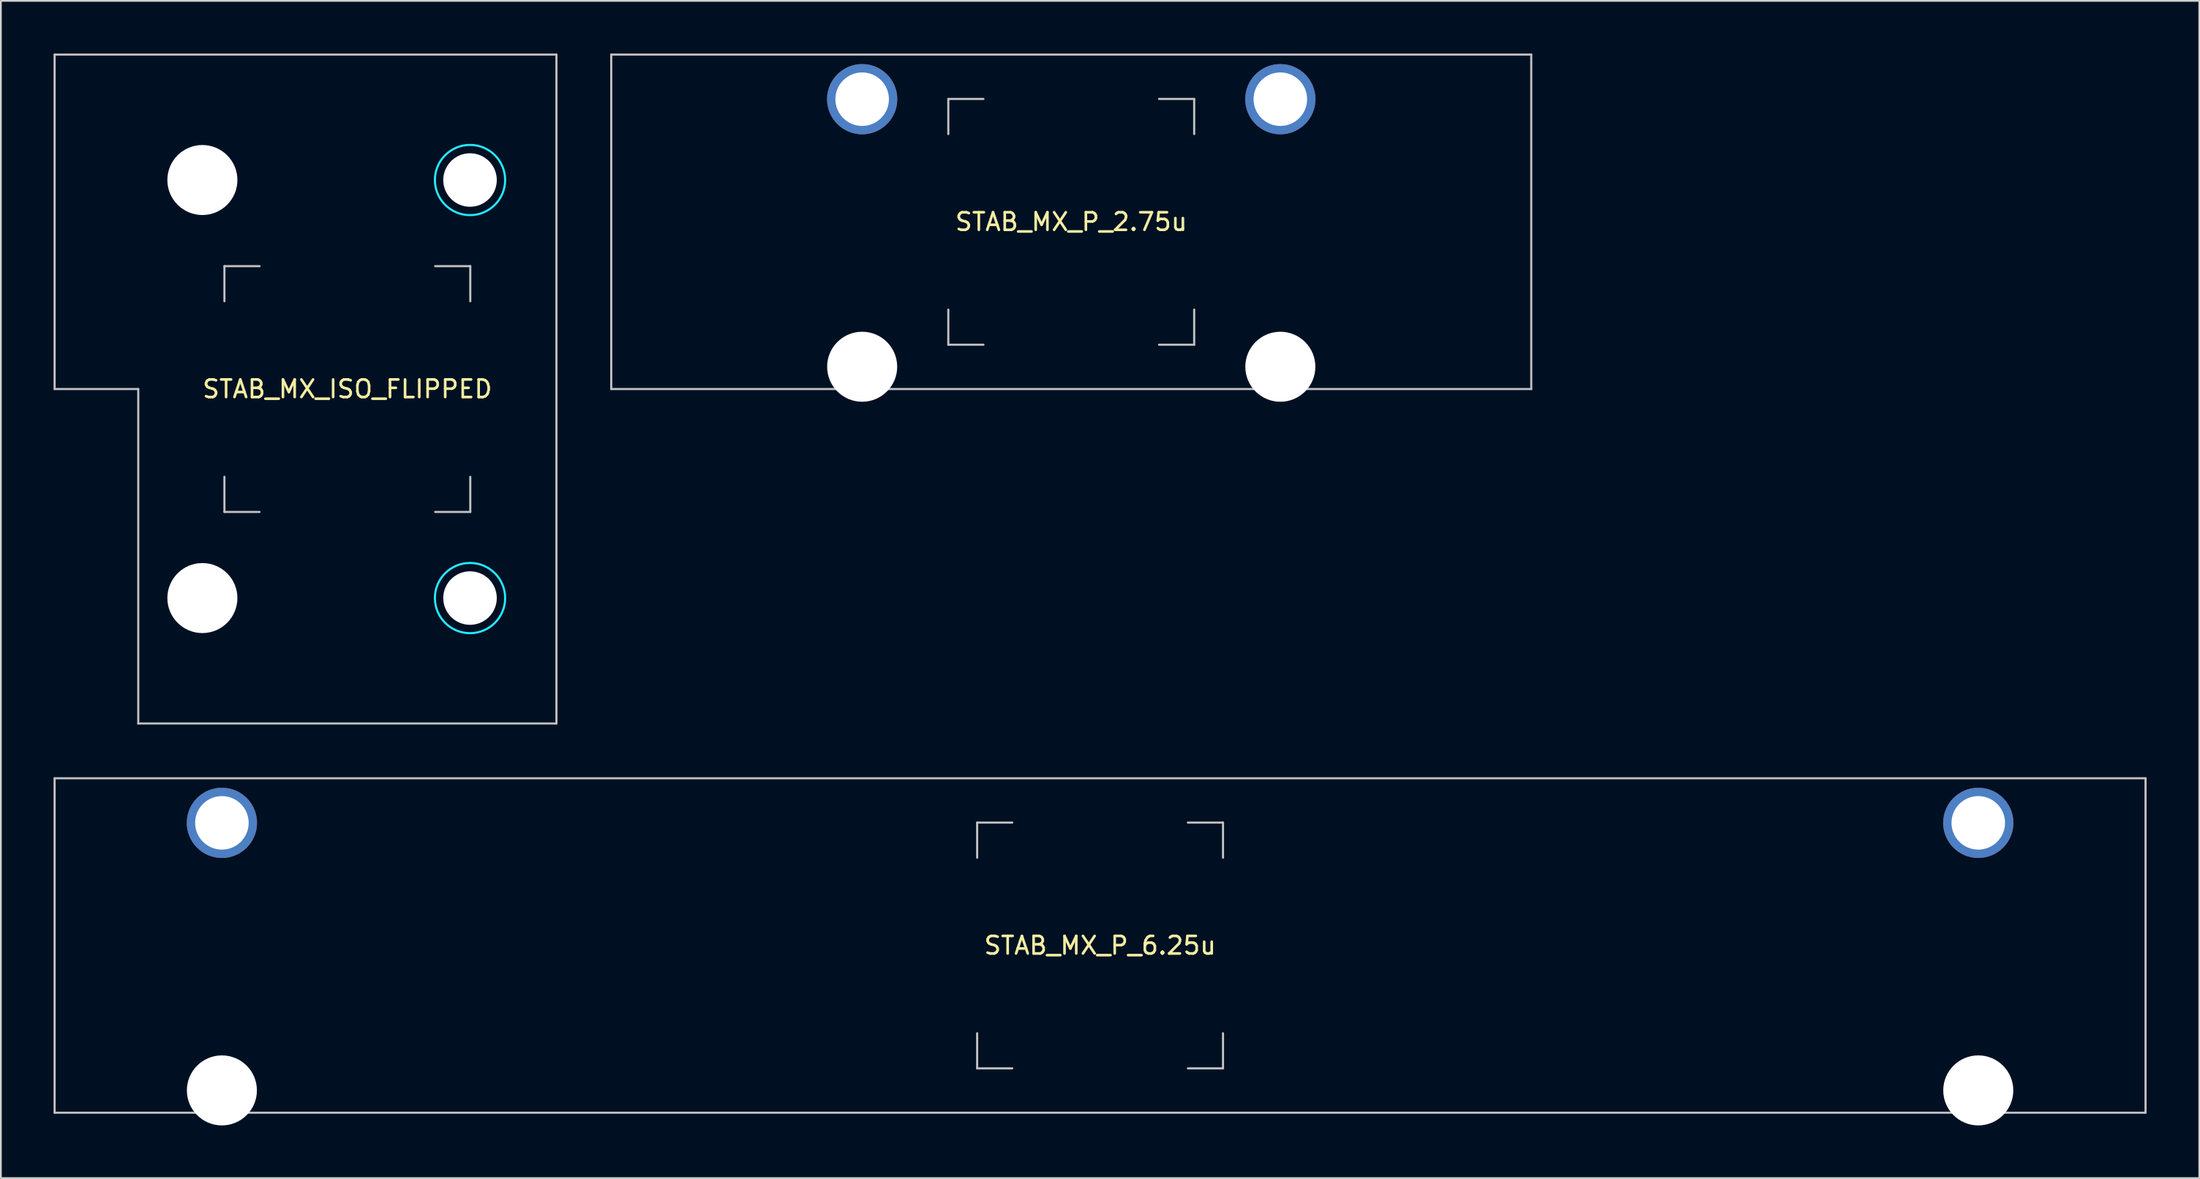
<source format=kicad_pcb>
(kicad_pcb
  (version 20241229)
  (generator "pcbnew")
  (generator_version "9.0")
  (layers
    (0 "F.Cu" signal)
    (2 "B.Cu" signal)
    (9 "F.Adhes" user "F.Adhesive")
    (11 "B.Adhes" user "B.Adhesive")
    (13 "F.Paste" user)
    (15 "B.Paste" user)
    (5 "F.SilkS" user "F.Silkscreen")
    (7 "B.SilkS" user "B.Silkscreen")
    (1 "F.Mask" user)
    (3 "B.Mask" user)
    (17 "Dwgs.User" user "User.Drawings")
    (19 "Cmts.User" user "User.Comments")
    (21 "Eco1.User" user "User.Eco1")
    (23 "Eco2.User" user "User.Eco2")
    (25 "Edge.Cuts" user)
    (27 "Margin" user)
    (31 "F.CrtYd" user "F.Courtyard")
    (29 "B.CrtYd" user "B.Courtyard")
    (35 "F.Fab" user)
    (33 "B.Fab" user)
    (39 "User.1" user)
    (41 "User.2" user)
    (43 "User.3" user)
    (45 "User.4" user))
  (footprint "STAB_MX_P_6.25u"
    (layer "F.Cu")
    (at 59.591 50.805)
    (property "Reference" "STAB_MX_P_6.25u" (at 0 0 0) (layer "F.SilkS") (effects (font (size 1 1) (thickness 0.15))))
    (attr through_hole exclude_from_pos_files exclude_from_bom)
    (fp_line (start -59.531 -9.525) (end -59.531 9.525) (stroke (width 0.12) (type solid)) (layer "Dwgs.User"))
    (fp_line (start -59.531 -9.525) (end 59.531 -9.525) (stroke (width 0.12) (type solid)) (layer "Dwgs.User"))
    (fp_line (start -59.531 9.525) (end 59.531 9.525) (stroke (width 0.12) (type solid)) (layer "Dwgs.User"))
    (fp_line (start -7 -7) (end -5 -7) (stroke (width 0.12) (type solid)) (layer "Dwgs.User"))
    (fp_line (start -7 -5) (end -7 -7) (stroke (width 0.12) (type solid)) (layer "Dwgs.User"))
    (fp_line (start -7 7) (end -7 5) (stroke (width 0.12) (type solid)) (layer "Dwgs.User"))
    (fp_line (start -5 7) (end -7 7) (stroke (width 0.12) (type solid)) (layer "Dwgs.User"))
    (fp_line (start 5 -7) (end 7 -7) (stroke (width 0.12) (type solid)) (layer "Dwgs.User"))
    (fp_line (start 5 7) (end 7 7) (stroke (width 0.12) (type solid)) (layer "Dwgs.User"))
    (fp_line (start 7 -7) (end 7 -5) (stroke (width 0.12) (type solid)) (layer "Dwgs.User"))
    (fp_line (start 7 7) (end 7 5) (stroke (width 0.12) (type solid)) (layer "Dwgs.User"))
    (fp_line (start 59.531 -9.525) (end 59.531 9.525) (stroke (width 0.12) (type solid)) (layer "Dwgs.User"))
    (fp_line (start -53.381 -5.5) (end -53.381 7.5) (stroke (width 0.05) (type solid)) (layer "Eco2.User"))
    (fp_line (start -52.881 -6) (end -47.131 -6) (stroke (width 0.05) (type solid)) (layer "Eco2.User"))
    (fp_line (start -52.881 8) (end -47.131 8) (stroke (width 0.05) (type solid)) (layer "Eco2.User"))
    (fp_line (start -46.631 -5.5) (end -46.631 7.5) (stroke (width 0.05) (type solid)) (layer "Eco2.User"))
    (fp_line (start 46.631 -5.5) (end 46.631 7.5) (stroke (width 0.05) (type solid)) (layer "Eco2.User"))
    (fp_line (start 47.131 -6) (end 52.88 -6) (stroke (width 0.05) (type solid)) (layer "Eco2.User"))
    (fp_line (start 47.131 8) (end 52.881 8) (stroke (width 0.05) (type solid)) (layer "Eco2.User"))
    (fp_line (start 53.38 -5.5) (end 53.381 7.5) (stroke (width 0.05) (type solid)) (layer "Eco2.User"))
    (fp_arc (start -53.38125 -5.499999) (mid -53.234803 -5.853552) (end -52.88125 -5.999999) (stroke (width 0.05) (type solid)) (layer "Eco2.User"))
    (fp_arc (start -52.88125 8.000001) (mid -53.234803 7.853554) (end -53.38125 7.500001) (stroke (width 0.05) (type solid)) (layer "Eco2.User"))
    (fp_arc (start -47.13125 -5.999999) (mid -46.777697 -5.853552) (end -46.63125 -5.499999) (stroke (width 0.05) (type solid)) (layer "Eco2.User"))
    (fp_arc (start -46.63125 7.500001) (mid -46.777697 7.853554) (end -47.13125 8.000001) (stroke (width 0.05) (type solid)) (layer "Eco2.User"))
    (fp_arc (start 46.63125 -5.499999) (mid 46.777697 -5.853552) (end 47.13125 -5.999999) (stroke (width 0.05) (type solid)) (layer "Eco2.User"))
    (fp_arc (start 47.13125 8.000001) (mid 46.777697 7.853554) (end 46.63125 7.500001) (stroke (width 0.05) (type solid)) (layer "Eco2.User"))
    (fp_arc (start 52.880039 -5.999999) (mid 53.233592 -5.853552) (end 53.380039 -5.499999) (stroke (width 0.05) (type solid)) (layer "Eco2.User"))
    (fp_arc (start 53.38125 7.500001) (mid 53.234803 7.853554) (end 52.88125 8.000001) (stroke (width 0.05) (type solid)) (layer "Eco2.User"))
    (pad "" thru_hole circle (at -50.006 -6.985) (size 4 4) (drill 3.048) (layers "*.Cu" "B.Mask"))
    (pad "" np_thru_hole circle (at -50.006 8.255) (size 3.988 3.988) (drill 3.988) (layers "*.Cu" "*.Mask"))
    (pad "" thru_hole circle (at 50.006 -6.985) (size 4 4) (drill 3.048) (layers "*.Cu" "B.Mask"))
    (pad "" np_thru_hole circle (at 50.006 8.255) (size 3.988 3.988) (drill 3.988) (layers "*.Cu" "*.Mask")))
  (footprint "STAB_MX_P_2.75u"
    (layer "F.Cu")
    (at 57.949 9.585)
    (property "Reference" "STAB_MX_P_2.75u" (at 0 0 0) (layer "F.SilkS") (effects (font (size 1 1) (thickness 0.15))))
    (attr through_hole exclude_from_pos_files exclude_from_bom)
    (fp_line (start -26.194 -9.525) (end -26.194 9.525) (stroke (width 0.12) (type solid)) (layer "Dwgs.User"))
    (fp_line (start -26.194 -9.525) (end 26.194 -9.525) (stroke (width 0.12) (type solid)) (layer "Dwgs.User"))
    (fp_line (start -26.194 9.525) (end 26.194 9.525) (stroke (width 0.12) (type solid)) (layer "Dwgs.User"))
    (fp_line (start -7 -7) (end -5 -7) (stroke (width 0.12) (type solid)) (layer "Dwgs.User"))
    (fp_line (start -7 -5) (end -7 -7) (stroke (width 0.12) (type solid)) (layer "Dwgs.User"))
    (fp_line (start -7 7) (end -7 5) (stroke (width 0.12) (type solid)) (layer "Dwgs.User"))
    (fp_line (start -5 7) (end -7 7) (stroke (width 0.12) (type solid)) (layer "Dwgs.User"))
    (fp_line (start 5 -7) (end 7 -7) (stroke (width 0.12) (type solid)) (layer "Dwgs.User"))
    (fp_line (start 5 7) (end 7 7) (stroke (width 0.12) (type solid)) (layer "Dwgs.User"))
    (fp_line (start 7 -7) (end 7 -5) (stroke (width 0.12) (type solid)) (layer "Dwgs.User"))
    (fp_line (start 7 7) (end 7 5) (stroke (width 0.12) (type solid)) (layer "Dwgs.User"))
    (fp_line (start 26.194 -9.525) (end 26.194 9.525) (stroke (width 0.12) (type solid)) (layer "Dwgs.User"))
    (fp_line (start -15.281 -5.5) (end -15.281 7.5) (stroke (width 0.05) (type solid)) (layer "Eco2.User"))
    (fp_line (start -14.781 -6) (end -9.031 -6) (stroke (width 0.05) (type solid)) (layer "Eco2.User"))
    (fp_line (start -14.781 8) (end -9.031 8) (stroke (width 0.05) (type solid)) (layer "Eco2.User"))
    (fp_line (start -8.531 -5.5) (end -8.531 7.5) (stroke (width 0.05) (type solid)) (layer "Eco2.User"))
    (fp_line (start 8.531 -5.5) (end 8.531 7.5) (stroke (width 0.05) (type solid)) (layer "Eco2.User"))
    (fp_line (start 9.031 -6) (end 14.78 -6) (stroke (width 0.05) (type solid)) (layer "Eco2.User"))
    (fp_line (start 9.031 8) (end 14.781 8) (stroke (width 0.05) (type solid)) (layer "Eco2.User"))
    (fp_line (start 15.28 -5.5) (end 15.281 7.5) (stroke (width 0.05) (type solid)) (layer "Eco2.User"))
    (fp_arc (start -15.28125 -5.499999) (mid -15.134803 -5.853552) (end -14.78125 -5.999999) (stroke (width 0.05) (type solid)) (layer "Eco2.User"))
    (fp_arc (start -14.78125 8.000001) (mid -15.134803 7.853554) (end -15.28125 7.500001) (stroke (width 0.05) (type solid)) (layer "Eco2.User"))
    (fp_arc (start -9.03125 -5.999999) (mid -8.677697 -5.853552) (end -8.53125 -5.499999) (stroke (width 0.05) (type solid)) (layer "Eco2.User"))
    (fp_arc (start -8.53125 7.500001) (mid -8.677697 7.853554) (end -9.03125 8.000001) (stroke (width 0.05) (type solid)) (layer "Eco2.User"))
    (fp_arc (start 8.53125 -5.499999) (mid 8.677697 -5.853552) (end 9.03125 -5.999999) (stroke (width 0.05) (type solid)) (layer "Eco2.User"))
    (fp_arc (start 9.03125 8.000001) (mid 8.677697 7.853554) (end 8.53125 7.500001) (stroke (width 0.05) (type solid)) (layer "Eco2.User"))
    (fp_arc (start 14.780039 -5.999999) (mid 15.133592 -5.853552) (end 15.280039 -5.499999) (stroke (width 0.05) (type solid)) (layer "Eco2.User"))
    (fp_arc (start 15.28125 7.500001) (mid 15.134803 7.853554) (end 14.78125 8.000001) (stroke (width 0.05) (type solid)) (layer "Eco2.User"))
    (pad "" thru_hole circle (at -11.906 -6.985) (size 4 4) (drill 3.048) (layers "*.Cu" "B.Mask"))
    (pad "" np_thru_hole circle (at -11.906 8.255) (size 3.988 3.988) (drill 3.988) (layers "*.Cu" "*.Mask"))
    (pad "" thru_hole circle (at 11.906 -6.985) (size 4 4) (drill 3.048) (layers "*.Cu" "B.Mask"))
    (pad "" np_thru_hole circle (at 11.906 8.255) (size 3.988 3.988) (drill 3.988) (layers "*.Cu" "*.Mask")))
  (footprint "STAB_MX_ISO_FLIPPED"
    (layer "F.Cu")
    (at 16.729 19.11)
    (property "Reference" "STAB_MX_ISO_FLIPPED" (at 0 0 0) (layer "F.SilkS") (effects (font (size 1 1) (thickness 0.15))))
    (attr through_hole exclude_from_pos_files exclude_from_bom)
    (fp_line (start -16.669 -19.05) (end -16.669 0) (stroke (width 0.12) (type solid)) (layer "Dwgs.User"))
    (fp_line (start -16.669 0) (end -11.906 0) (stroke (width 0.12) (type solid)) (layer "Dwgs.User"))
    (fp_line (start -11.906 0) (end -11.906 19.05) (stroke (width 0.12) (type solid)) (layer "Dwgs.User"))
    (fp_line (start -11.906 19.05) (end 11.906 19.05) (stroke (width 0.12) (type solid)) (layer "Dwgs.User"))
    (fp_line (start -7 -7) (end -5 -7) (stroke (width 0.12) (type solid)) (layer "Dwgs.User"))
    (fp_line (start -7 -5) (end -7 -7) (stroke (width 0.12) (type solid)) (layer "Dwgs.User"))
    (fp_line (start -7 7) (end -7 5) (stroke (width 0.12) (type solid)) (layer "Dwgs.User"))
    (fp_line (start -5 7) (end -7 7) (stroke (width 0.12) (type solid)) (layer "Dwgs.User"))
    (fp_line (start 7 -7) (end 5 -7) (stroke (width 0.12) (type solid)) (layer "Dwgs.User"))
    (fp_line (start 7 -5) (end 7 -7) (stroke (width 0.12) (type solid)) (layer "Dwgs.User"))
    (fp_line (start 7 5) (end 7 7) (stroke (width 0.12) (type solid)) (layer "Dwgs.User"))
    (fp_line (start 7 7) (end 5 7) (stroke (width 0.12) (type solid)) (layer "Dwgs.User"))
    (fp_line (start 11.906 -19.05) (end -16.669 -19.05) (stroke (width 0.12) (type solid)) (layer "Dwgs.User"))
    (fp_line (start 11.906 19.05) (end 11.906 -19.05) (stroke (width 0.12) (type solid)) (layer "Dwgs.User"))
    (fp_line (start -8 -14.781) (end -8 -9.031) (stroke (width 0.05) (type solid)) (layer "Eco2.User"))
    (fp_line (start -8 9.031) (end -8 14.781) (stroke (width 0.05) (type solid)) (layer "Eco2.User"))
    (fp_line (start 5.5 -15.281) (end -7.5 -15.281) (stroke (width 0.05) (type solid)) (layer "Eco2.User"))
    (fp_line (start 5.5 -8.531) (end -7.5 -8.531) (stroke (width 0.05) (type solid)) (layer "Eco2.User"))
    (fp_line (start 5.5 8.531) (end -7.5 8.531) (stroke (width 0.05) (type solid)) (layer "Eco2.User"))
    (fp_line (start 5.5 15.28) (end -7.5 15.281) (stroke (width 0.05) (type solid)) (layer "Eco2.User"))
    (fp_line (start 6 -14.781) (end 6 -9.031) (stroke (width 0.05) (type solid)) (layer "Eco2.User"))
    (fp_line (start 6 9.031) (end 6 14.78) (stroke (width 0.05) (type solid)) (layer "Eco2.User"))
    (fp_arc (start -8.000001 -14.78125) (mid -7.853554 -15.134803) (end -7.500001 -15.28125) (stroke (width 0.05) (type solid)) (layer "Eco2.User"))
    (fp_arc (start -8.000001 9.03125) (mid -7.853554 8.677697) (end -7.500001 8.53125) (stroke (width 0.05) (type solid)) (layer "Eco2.User"))
    (fp_arc (start -7.500001 -8.53125) (mid -7.853554 -8.677697) (end -8.000001 -9.03125) (stroke (width 0.05) (type solid)) (layer "Eco2.User"))
    (fp_arc (start -7.500001 15.28125) (mid -7.853554 15.134803) (end -8.000001 14.78125) (stroke (width 0.05) (type solid)) (layer "Eco2.User"))
    (fp_arc (start 5.499999 -15.28125) (mid 5.853552 -15.134803) (end 5.999999 -14.78125) (stroke (width 0.05) (type solid)) (layer "Eco2.User"))
    (fp_arc (start 5.499999 8.53125) (mid 5.853552 8.677697) (end 5.999999 9.03125) (stroke (width 0.05) (type solid)) (layer "Eco2.User"))
    (fp_arc (start 5.999999 -9.03125) (mid 5.853552 -8.677697) (end 5.499999 -8.53125) (stroke (width 0.05) (type solid)) (layer "Eco2.User"))
    (fp_arc (start 5.999999 14.780039) (mid 5.853552 15.133592) (end 5.499999 15.280039) (stroke (width 0.05) (type solid)) (layer "Eco2.User"))
    (fp_circle (center 6.985 -11.906) (end 8.985 -11.906) (stroke (width 0.12) (type solid)) (fill no) (layer "B.CrtYd"))
    (fp_circle (center 6.985 11.906) (end 8.985 11.906) (stroke (width 0.12) (type solid)) (fill no) (layer "B.CrtYd"))
    (pad "" np_thru_hole circle (at -8.255 -11.906 270) (size 3.988 3.988) (drill 3.988) (layers "*.Cu" "*.Mask"))
    (pad "" np_thru_hole circle (at -8.255 11.906 270) (size 3.988 3.988) (drill 3.988) (layers "*.Cu" "*.Mask"))
    (pad "" np_thru_hole circle (at 6.985 -11.906 270) (size 3.048 3.048) (drill 3.048) (layers "*.Cu" "*.Mask"))
    (pad "" np_thru_hole circle (at 6.985 11.906 270) (size 3.048 3.048) (drill 3.048) (layers "*.Cu" "*.Mask")))
  (gr_rect
    (start -3 -3)
    (end 122.183 64.054)
    (stroke (width 0.1) (type default))
    (fill no)
    (layer "Edge.Cuts")))
</source>
